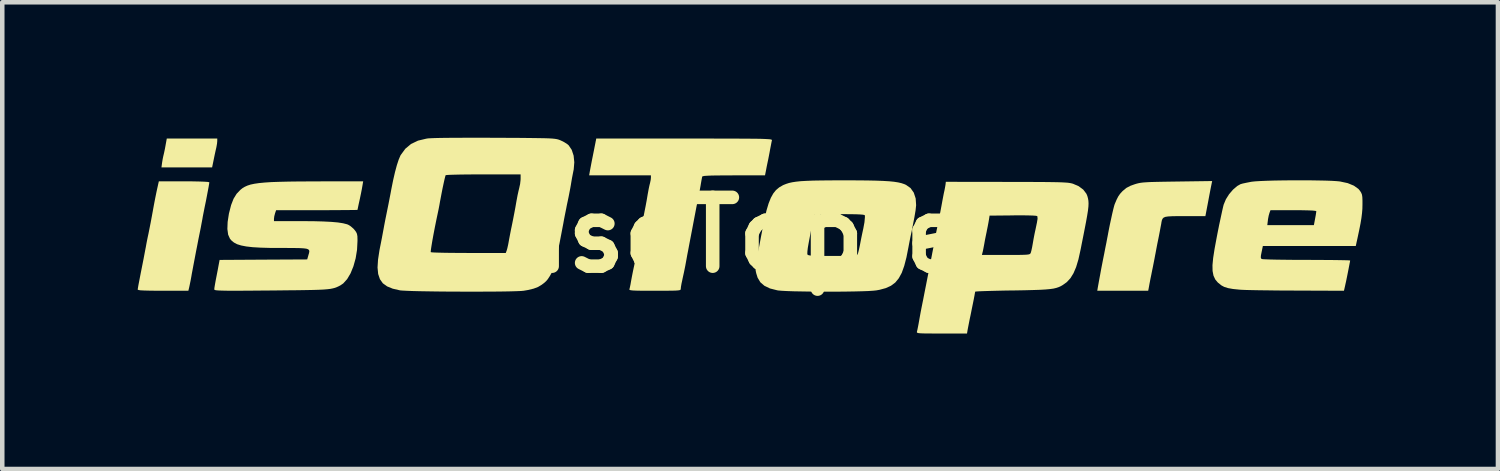
<source format=kicad_pcb>
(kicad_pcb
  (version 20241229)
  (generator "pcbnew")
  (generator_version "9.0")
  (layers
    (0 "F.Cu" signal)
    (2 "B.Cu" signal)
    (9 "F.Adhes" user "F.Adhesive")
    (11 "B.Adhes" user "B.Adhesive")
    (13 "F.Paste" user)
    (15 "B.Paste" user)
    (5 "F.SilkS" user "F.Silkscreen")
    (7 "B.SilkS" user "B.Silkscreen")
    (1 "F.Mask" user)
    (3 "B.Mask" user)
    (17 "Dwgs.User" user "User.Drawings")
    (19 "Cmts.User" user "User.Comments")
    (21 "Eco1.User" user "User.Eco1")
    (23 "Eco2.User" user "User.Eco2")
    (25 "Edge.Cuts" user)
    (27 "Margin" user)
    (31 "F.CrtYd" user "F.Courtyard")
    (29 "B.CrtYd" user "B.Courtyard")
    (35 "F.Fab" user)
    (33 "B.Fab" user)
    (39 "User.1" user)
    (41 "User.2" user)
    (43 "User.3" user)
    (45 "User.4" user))
  (footprint "isoTopre"
    (layer "F.Cu")
    (at 13.57 2.156)
    (property "Reference" "isoTopre" (at 0 0 0) (layer "F.SilkS") (effects (font (size 1.524 1.524) (thickness 0.3))))
    (attr board_only exclude_from_pos_files exclude_from_bom)
    (fp_poly (pts (xy -11.808 -2.082) (xy -11.813 -2.026) (xy -11.826 -1.953) (xy -11.83 -1.933) (xy -11.846 -1.864) (xy -11.866 -1.772) (xy -11.886 -1.674) (xy -11.887 -1.669) (xy -11.922 -1.498) (xy -13.044 -1.498) (xy -13.03 -1.603) (xy -13.017 -1.682) (xy -13.002 -1.754) (xy -12.997 -1.773) (xy -12.984 -1.83) (xy -12.967 -1.911) (xy -12.953 -1.988) (xy -12.926 -2.137) (xy -11.808 -2.137)) (stroke (width 0) (type solid)) (fill yes) (layer "F.SilkS"))
    (fp_poly (pts (xy -12.362 -1.189) (xy -12.212 -1.186) (xy -12.098 -1.182) (xy -12.022 -1.177) (xy -11.986 -1.17) (xy -11.984 -1.168) (xy -11.988 -1.136) (xy -11.999 -1.07) (xy -12.016 -0.979) (xy -12.036 -0.874) (xy -12.057 -0.763) (xy -12.079 -0.657) (xy -12.083 -0.639) (xy -12.104 -0.533) (xy -12.127 -0.417) (xy -12.138 -0.352) (xy -12.156 -0.258) (xy -12.173 -0.165) (xy -12.184 -0.11) (xy -12.201 -0.027) (xy -12.224 0.086) (xy -12.25 0.222) (xy -12.279 0.369) (xy -12.307 0.517) (xy -12.334 0.658) (xy -12.357 0.781) (xy -12.375 0.876) (xy -12.381 0.914) (xy -12.398 1.006) (xy -12.416 1.093) (xy -12.428 1.151) (xy -12.448 1.234) (xy -13.009 1.234) (xy -13.192 1.233) (xy -13.334 1.231) (xy -13.439 1.228) (xy -13.511 1.224) (xy -13.553 1.217) (xy -13.57 1.209) (xy -13.57 1.207) (xy -13.566 1.178) (xy -13.555 1.113) (xy -13.537 1.02) (xy -13.515 0.906) (xy -13.493 0.794) (xy -13.466 0.658) (xy -13.44 0.527) (xy -13.418 0.41) (xy -13.401 0.32) (xy -13.392 0.275) (xy -13.376 0.186) (xy -13.359 0.099) (xy -13.35 0.055) (xy -13.331 -0.033) (xy -13.308 -0.149) (xy -13.282 -0.28) (xy -13.258 -0.409) (xy -13.238 -0.518) (xy -13.213 -0.656) (xy -13.192 -0.766) (xy -13.173 -0.862) (xy -13.153 -0.959) (xy -13.14 -1.019) (xy -13.102 -1.19) (xy -12.543 -1.19)) (stroke (width 0) (type solid)) (fill yes) (layer "F.SilkS"))
    (fp_poly (pts (xy 10.217 -1.143) (xy 10.209 -1.104) (xy 10.194 -1.03) (xy 10.175 -0.931) (xy 10.153 -0.815) (xy 10.142 -0.755) (xy 10.078 -0.419) (xy 9.624 -0.419) (xy 9.464 -0.419) (xy 9.343 -0.417) (xy 9.254 -0.412) (xy 9.193 -0.403) (xy 9.153 -0.386) (xy 9.129 -0.361) (xy 9.114 -0.326) (xy 9.104 -0.278) (xy 9.1 -0.25) (xy 9.087 -0.182) (xy 9.069 -0.086) (xy 9.048 0.023) (xy 9.035 0.088) (xy 9.012 0.2) (xy 8.991 0.31) (xy 8.974 0.402) (xy 8.966 0.441) (xy 8.952 0.517) (xy 8.932 0.619) (xy 8.91 0.73) (xy 8.899 0.782) (xy 8.879 0.883) (xy 8.86 0.975) (xy 8.847 1.044) (xy 8.842 1.068) (xy 8.83 1.135) (xy 8.821 1.184) (xy 8.811 1.234) (xy 7.683 1.234) (xy 7.695 1.162) (xy 7.725 0.996) (xy 7.75 0.862) (xy 7.771 0.747) (xy 7.792 0.639) (xy 7.814 0.527) (xy 7.84 0.398) (xy 7.84 0.397) (xy 7.862 0.283) (xy 7.885 0.17) (xy 7.903 0.073) (xy 7.911 0.033) (xy 7.934 -0.09) (xy 7.96 -0.221) (xy 7.988 -0.35) (xy 8.014 -0.47) (xy 8.038 -0.572) (xy 8.057 -0.646) (xy 8.068 -0.681) (xy 8.111 -0.783) (xy 8.149 -0.857) (xy 8.189 -0.914) (xy 8.24 -0.97) (xy 8.251 -0.98) (xy 8.328 -1.044) (xy 8.418 -1.091) (xy 8.507 -1.123) (xy 8.552 -1.137) (xy 8.596 -1.148) (xy 8.643 -1.157) (xy 8.7 -1.164) (xy 8.77 -1.169) (xy 8.861 -1.174) (xy 8.976 -1.177) (xy 9.121 -1.18) (xy 9.302 -1.183) (xy 9.448 -1.185) (xy 10.228 -1.196)) (stroke (width 0) (type solid)) (fill yes) (layer "F.SilkS"))
    (fp_poly (pts (xy 12.375 -1.212) (xy 12.56 -1.209) (xy 12.728 -1.206) (xy 12.872 -1.201) (xy 12.986 -1.194) (xy 13.057 -1.187) (xy 13.23 -1.15) (xy 13.368 -1.093) (xy 13.469 -1.02) (xy 13.504 -0.977) (xy 13.53 -0.935) (xy 13.546 -0.894) (xy 13.554 -0.841) (xy 13.557 -0.766) (xy 13.557 -0.673) (xy 13.555 -0.579) (xy 13.547 -0.484) (xy 13.534 -0.379) (xy 13.514 -0.257) (xy 13.485 -0.111) (xy 13.447 0.068) (xy 13.434 0.127) (xy 13.409 0.242) (xy 11.351 0.242) (xy 11.323 0.377) (xy 11.308 0.453) (xy 11.305 0.497) (xy 11.315 0.522) (xy 11.325 0.53) (xy 11.353 0.535) (xy 11.42 0.538) (xy 11.523 0.542) (xy 11.655 0.545) (xy 11.812 0.547) (xy 11.991 0.549) (xy 12.185 0.55) (xy 12.32 0.55) (xy 12.521 0.551) (xy 12.708 0.552) (xy 12.877 0.553) (xy 13.022 0.555) (xy 13.139 0.557) (xy 13.225 0.559) (xy 13.274 0.562) (xy 13.284 0.564) (xy 13.28 0.591) (xy 13.268 0.651) (xy 13.252 0.735) (xy 13.233 0.832) (xy 13.213 0.932) (xy 13.194 1.025) (xy 13.177 1.101) (xy 13.171 1.129) (xy 13.147 1.234) (xy 12.097 1.23) (xy 11.878 1.229) (xy 11.665 1.228) (xy 11.464 1.225) (xy 11.281 1.223) (xy 11.12 1.22) (xy 10.989 1.217) (xy 10.891 1.213) (xy 10.839 1.21) (xy 10.691 1.195) (xy 10.579 1.175) (xy 10.494 1.148) (xy 10.434 1.116) (xy 10.355 1.053) (xy 10.296 0.983) (xy 10.257 0.898) (xy 10.237 0.795) (xy 10.235 0.666) (xy 10.25 0.508) (xy 10.28 0.315) (xy 10.286 0.281) (xy 10.304 0.184) (xy 10.323 0.082) (xy 10.331 0.039) (xy 10.35 -0.059) (xy 10.373 -0.174) (xy 10.382 -0.22) (xy 11.449 -0.22) (xy 12.481 -0.22) (xy 12.508 -0.363) (xy 12.522 -0.439) (xy 12.531 -0.499) (xy 12.535 -0.528) (xy 12.513 -0.536) (xy 12.448 -0.543) (xy 12.341 -0.547) (xy 12.193 -0.55) (xy 12.028 -0.551) (xy 11.52 -0.551) (xy 11.497 -0.49) (xy 11.48 -0.43) (xy 11.465 -0.353) (xy 11.462 -0.325) (xy 11.449 -0.22) (xy 10.382 -0.22) (xy 10.399 -0.298) (xy 10.425 -0.42) (xy 10.449 -0.531) (xy 10.469 -0.619) (xy 10.483 -0.675) (xy 10.485 -0.679) (xy 10.532 -0.792) (xy 10.603 -0.905) (xy 10.69 -1.006) (xy 10.783 -1.086) (xy 10.856 -1.127) (xy 10.905 -1.141) (xy 10.984 -1.158) (xy 11.076 -1.176) (xy 11.103 -1.181) (xy 11.179 -1.189) (xy 11.292 -1.196) (xy 11.436 -1.202) (xy 11.603 -1.207) (xy 11.787 -1.21) (xy 11.982 -1.212) (xy 12.18 -1.212)) (stroke (width 0) (type solid)) (fill yes) (layer "F.SilkS"))
    (fp_poly (pts (xy -1.125 -2.137) (xy -0.828 -2.137) (xy -0.571 -2.136) (xy -0.349 -2.136) (xy -0.16 -2.135) (xy -0.002 -2.134) (xy 0.127 -2.133) (xy 0.232 -2.131) (xy 0.314 -2.128) (xy 0.375 -2.125) (xy 0.42 -2.122) (xy 0.45 -2.118) (xy 0.467 -2.113) (xy 0.476 -2.107) (xy 0.478 -2.101) (xy 0.477 -2.098) (xy 0.468 -2.057) (xy 0.455 -1.989) (xy 0.441 -1.917) (xy 0.424 -1.825) (xy 0.407 -1.737) (xy 0.397 -1.685) (xy 0.382 -1.614) (xy 0.363 -1.523) (xy 0.351 -1.459) (xy 0.324 -1.322) (xy -0.367 -1.322) (xy -0.57 -1.321) (xy -0.732 -1.32) (xy -0.858 -1.318) (xy -0.95 -1.314) (xy -1.014 -1.31) (xy -1.051 -1.303) (xy -1.066 -1.296) (xy -1.067 -1.294) (xy -1.074 -1.26) (xy -1.086 -1.196) (xy -1.1 -1.115) (xy -1.1 -1.112) (xy -1.119 -1.006) (xy -1.141 -0.89) (xy -1.156 -0.815) (xy -1.173 -0.733) (xy -1.195 -0.623) (xy -1.218 -0.502) (xy -1.234 -0.419) (xy -1.259 -0.288) (xy -1.288 -0.135) (xy -1.317 0.016) (xy -1.335 0.11) (xy -1.358 0.23) (xy -1.38 0.348) (xy -1.4 0.45) (xy -1.412 0.518) (xy -1.442 0.682) (xy -1.471 0.825) (xy -1.503 0.97) (xy -1.508 0.996) (xy -1.526 1.078) (xy -1.538 1.148) (xy -1.542 1.189) (xy -1.543 1.202) (xy -1.55 1.213) (xy -1.568 1.221) (xy -1.602 1.226) (xy -1.656 1.23) (xy -1.736 1.232) (xy -1.847 1.233) (xy -1.993 1.234) (xy -2.117 1.234) (xy -2.292 1.233) (xy -2.428 1.233) (xy -2.529 1.231) (xy -2.6 1.228) (xy -2.645 1.223) (xy -2.671 1.217) (xy -2.68 1.208) (xy -2.679 1.199) (xy -2.669 1.16) (xy -2.655 1.093) (xy -2.644 1.029) (xy -2.626 0.931) (xy -2.604 0.819) (xy -2.587 0.738) (xy -2.566 0.639) (xy -2.546 0.537) (xy -2.532 0.468) (xy -2.515 0.374) (xy -2.496 0.271) (xy -2.489 0.231) (xy -2.472 0.135) (xy -2.453 0.032) (xy -2.446 -0.006) (xy -2.433 -0.079) (xy -2.413 -0.179) (xy -2.391 -0.289) (xy -2.38 -0.341) (xy -2.348 -0.502) (xy -2.321 -0.638) (xy -2.297 -0.767) (xy -2.273 -0.91) (xy -2.268 -0.936) (xy -2.252 -1.024) (xy -2.235 -1.103) (xy -2.222 -1.154) (xy -2.208 -1.22) (xy -2.203 -1.27) (xy -2.203 -1.322) (xy -3.571 -1.322) (xy -3.557 -1.404) (xy -3.547 -1.458) (xy -3.531 -1.543) (xy -3.511 -1.648) (xy -3.488 -1.761) (xy -3.488 -1.762) (xy -3.466 -1.871) (xy -3.447 -1.969) (xy -3.432 -2.043) (xy -3.424 -2.086) (xy -3.423 -2.087) (xy -3.414 -2.137) (xy -1.463 -2.137)) (stroke (width 0) (type solid)) (fill yes) (layer "F.SilkS"))
    (fp_poly (pts (xy -8.594 -1.085) (xy -8.606 -1.016) (xy -8.625 -0.92) (xy -8.647 -0.814) (xy -8.656 -0.773) (xy -8.676 -0.683) (xy -8.691 -0.611) (xy -8.7 -0.567) (xy -8.702 -0.558) (xy -8.723 -0.556) (xy -8.784 -0.555) (xy -8.879 -0.554) (xy -9.005 -0.553) (xy -9.156 -0.552) (xy -9.329 -0.551) (xy -9.517 -0.551) (xy -9.603 -0.551) (xy -10.504 -0.551) (xy -10.528 -0.481) (xy -10.545 -0.416) (xy -10.552 -0.36) (xy -10.552 -0.308) (xy -9.95 -0.308) (xy -9.688 -0.307) (xy -9.468 -0.301) (xy -9.285 -0.292) (xy -9.137 -0.279) (xy -9.022 -0.261) (xy -8.935 -0.239) (xy -8.909 -0.229) (xy -8.851 -0.193) (xy -8.789 -0.139) (xy -8.77 -0.117) (xy -8.734 -0.07) (xy -8.714 -0.027) (xy -8.704 0.027) (xy -8.702 0.106) (xy -8.702 0.13) (xy -8.712 0.327) (xy -8.743 0.516) (xy -8.792 0.692) (xy -8.855 0.847) (xy -8.931 0.976) (xy -9.018 1.072) (xy -9.081 1.115) (xy -9.122 1.136) (xy -9.161 1.154) (xy -9.201 1.169) (xy -9.247 1.181) (xy -9.301 1.192) (xy -9.368 1.2) (xy -9.452 1.207) (xy -9.556 1.212) (xy -9.684 1.216) (xy -9.839 1.219) (xy -10.027 1.222) (xy -10.249 1.224) (xy -10.51 1.227) (xy -10.613 1.228) (xy -10.881 1.23) (xy -11.108 1.232) (xy -11.299 1.233) (xy -11.455 1.233) (xy -11.58 1.233) (xy -11.678 1.231) (xy -11.751 1.229) (xy -11.804 1.226) (xy -11.84 1.222) (xy -11.861 1.217) (xy -11.871 1.21) (xy -11.874 1.202) (xy -11.874 1.202) (xy -11.87 1.163) (xy -11.859 1.096) (xy -11.844 1.013) (xy -11.843 1.007) (xy -11.822 0.899) (xy -11.799 0.781) (xy -11.784 0.7) (xy -11.756 0.551) (xy -10.786 0.545) (xy -9.816 0.54) (xy -9.788 0.442) (xy -9.775 0.398) (xy -9.769 0.362) (xy -9.774 0.336) (xy -9.794 0.316) (xy -9.834 0.302) (xy -9.898 0.294) (xy -9.991 0.289) (xy -10.116 0.287) (xy -10.278 0.286) (xy -10.391 0.286) (xy -10.64 0.285) (xy -10.849 0.279) (xy -11.023 0.269) (xy -11.164 0.253) (xy -11.278 0.231) (xy -11.368 0.203) (xy -11.438 0.166) (xy -11.492 0.122) (xy -11.527 0.081) (xy -11.567 -0.009) (xy -11.584 -0.134) (xy -11.578 -0.29) (xy -11.55 -0.473) (xy -11.546 -0.489) (xy -11.501 -0.665) (xy -11.447 -0.804) (xy -11.379 -0.914) (xy -11.297 -1) (xy -11.251 -1.037) (xy -11.2 -1.068) (xy -11.141 -1.095) (xy -11.07 -1.118) (xy -10.985 -1.136) (xy -10.882 -1.151) (xy -10.757 -1.163) (xy -10.607 -1.173) (xy -10.428 -1.179) (xy -10.218 -1.184) (xy -9.973 -1.187) (xy -9.689 -1.188) (xy -9.504 -1.189) (xy -8.576 -1.19)) (stroke (width 0) (type solid)) (fill yes) (layer "F.SilkS"))
    (fp_poly (pts (xy 2.357 -1.211) (xy 2.586 -1.209) (xy 2.779 -1.205) (xy 2.94 -1.199) (xy 3.074 -1.191) (xy 3.183 -1.18) (xy 3.273 -1.166) (xy 3.346 -1.149) (xy 3.409 -1.128) (xy 3.447 -1.111) (xy 3.547 -1.041) (xy 3.619 -0.939) (xy 3.661 -0.811) (xy 3.671 -0.661) (xy 3.659 -0.547) (xy 3.634 -0.401) (xy 3.603 -0.24) (xy 3.572 -0.083) (xy 3.547 0.033) (xy 3.533 0.103) (xy 3.515 0.194) (xy 3.502 0.264) (xy 3.457 0.493) (xy 3.408 0.682) (xy 3.353 0.836) (xy 3.287 0.957) (xy 3.209 1.052) (xy 3.114 1.123) (xy 3 1.175) (xy 2.864 1.212) (xy 2.788 1.226) (xy 2.718 1.233) (xy 2.611 1.24) (xy 2.472 1.245) (xy 2.309 1.249) (xy 2.126 1.252) (xy 1.931 1.254) (xy 1.728 1.254) (xy 1.525 1.254) (xy 1.326 1.252) (xy 1.139 1.249) (xy 0.968 1.246) (xy 0.821 1.241) (xy 0.703 1.235) (xy 0.62 1.228) (xy 0.595 1.224) (xy 0.434 1.183) (xy 0.311 1.124) (xy 0.221 1.046) (xy 0.16 0.944) (xy 0.131 0.851) (xy 0.124 0.821) (xy 0.119 0.796) (xy 0.115 0.77) (xy 0.115 0.74) (xy 0.117 0.7) (xy 0.124 0.647) (xy 0.135 0.576) (xy 0.152 0.482) (xy 0.164 0.415) (xy 1.261 0.415) (xy 1.263 0.428) (xy 1.272 0.439) (xy 1.292 0.447) (xy 1.33 0.454) (xy 1.389 0.458) (xy 1.475 0.461) (xy 1.593 0.462) (xy 1.749 0.463) (xy 1.816 0.463) (xy 1.985 0.462) (xy 2.115 0.461) (xy 2.212 0.459) (xy 2.28 0.456) (xy 2.326 0.451) (xy 2.354 0.443) (xy 2.369 0.433) (xy 2.376 0.424) (xy 2.389 0.386) (xy 2.406 0.317) (xy 2.425 0.228) (xy 2.433 0.187) (xy 2.454 0.078) (xy 2.477 -0.033) (xy 2.497 -0.126) (xy 2.501 -0.143) (xy 2.527 -0.285) (xy 2.537 -0.399) (xy 2.536 -0.435) (xy 2.525 -0.444) (xy 2.492 -0.451) (xy 2.432 -0.456) (xy 2.342 -0.46) (xy 2.217 -0.462) (xy 2.054 -0.463) (xy 1.982 -0.463) (xy 1.431 -0.463) (xy 1.412 -0.413) (xy 1.402 -0.382) (xy 1.39 -0.331) (xy 1.374 -0.256) (xy 1.353 -0.153) (xy 1.327 -0.016) (xy 1.294 0.158) (xy 1.288 0.191) (xy 1.272 0.284) (xy 1.263 0.362) (xy 1.261 0.415) (xy 0.164 0.415) (xy 0.174 0.362) (xy 0.203 0.21) (xy 0.238 0.022) (xy 0.268 -0.132) (xy 0.314 -0.36) (xy 0.358 -0.548) (xy 0.404 -0.701) (xy 0.453 -0.824) (xy 0.507 -0.921) (xy 0.568 -0.997) (xy 0.64 -1.057) (xy 0.722 -1.104) (xy 0.735 -1.11) (xy 0.793 -1.133) (xy 0.855 -1.153) (xy 0.927 -1.169) (xy 1.012 -1.182) (xy 1.115 -1.193) (xy 1.24 -1.2) (xy 1.392 -1.206) (xy 1.574 -1.209) (xy 1.791 -1.211) (xy 2.047 -1.212) (xy 2.088 -1.212)) (stroke (width 0) (type solid)) (fill yes) (layer "F.SilkS"))
    (fp_poly (pts (xy 5.673 -1.177) (xy 5.952 -1.177) (xy 6.191 -1.176) (xy 6.393 -1.175) (xy 6.562 -1.174) (xy 6.701 -1.172) (xy 6.813 -1.17) (xy 6.903 -1.167) (xy 6.974 -1.163) (xy 7.03 -1.159) (xy 7.073 -1.153) (xy 7.109 -1.146) (xy 7.139 -1.138) (xy 7.146 -1.136) (xy 7.271 -1.082) (xy 7.373 -1.006) (xy 7.443 -0.914) (xy 7.464 -0.863) (xy 7.478 -0.811) (xy 7.487 -0.758) (xy 7.49 -0.699) (xy 7.487 -0.629) (xy 7.477 -0.541) (xy 7.459 -0.429) (xy 7.434 -0.289) (xy 7.4 -0.114) (xy 7.382 -0.022) (xy 7.36 0.089) (xy 7.338 0.199) (xy 7.32 0.292) (xy 7.312 0.33) (xy 7.266 0.539) (xy 7.215 0.709) (xy 7.157 0.845) (xy 7.09 0.954) (xy 7.011 1.04) (xy 6.922 1.105) (xy 6.876 1.132) (xy 6.829 1.153) (xy 6.776 1.171) (xy 6.712 1.186) (xy 6.633 1.197) (xy 6.534 1.206) (xy 6.41 1.213) (xy 6.257 1.218) (xy 6.07 1.223) (xy 5.844 1.227) (xy 5.799 1.227) (xy 5.614 1.23) (xy 5.443 1.234) (xy 5.292 1.238) (xy 5.165 1.242) (xy 5.068 1.246) (xy 5.004 1.25) (xy 4.979 1.254) (xy 4.979 1.254) (xy 4.974 1.281) (xy 4.963 1.343) (xy 4.946 1.432) (xy 4.924 1.54) (xy 4.9 1.658) (xy 4.876 1.778) (xy 4.858 1.861) (xy 4.84 1.953) (xy 4.823 2.04) (xy 4.812 2.098) (xy 4.798 2.181) (xy 4.237 2.181) (xy 4.065 2.181) (xy 3.933 2.18) (xy 3.835 2.179) (xy 3.767 2.176) (xy 3.723 2.172) (xy 3.698 2.165) (xy 3.688 2.156) (xy 3.688 2.145) (xy 3.689 2.139) (xy 3.7 2.095) (xy 3.714 2.025) (xy 3.725 1.968) (xy 3.741 1.877) (xy 3.757 1.788) (xy 3.775 1.69) (xy 3.798 1.573) (xy 3.828 1.425) (xy 3.833 1.399) (xy 3.862 1.25) (xy 3.895 1.084) (xy 3.929 0.91) (xy 3.964 0.734) (xy 3.997 0.562) (xy 4.021 0.441) (xy 5.128 0.441) (xy 5.66 0.441) (xy 5.826 0.441) (xy 5.954 0.44) (xy 6.048 0.438) (xy 6.114 0.435) (xy 6.158 0.43) (xy 6.184 0.423) (xy 6.199 0.413) (xy 6.207 0.399) (xy 6.211 0.391) (xy 6.224 0.344) (xy 6.24 0.271) (xy 6.255 0.187) (xy 6.271 0.094) (xy 6.288 0.004) (xy 6.3 -0.055) (xy 6.316 -0.128) (xy 6.335 -0.219) (xy 6.346 -0.271) (xy 6.361 -0.36) (xy 6.357 -0.411) (xy 6.352 -0.42) (xy 6.323 -0.427) (xy 6.253 -0.432) (xy 6.147 -0.435) (xy 6.007 -0.437) (xy 5.838 -0.436) (xy 5.814 -0.435) (xy 5.298 -0.43) (xy 5.284 -0.341) (xy 5.273 -0.277) (xy 5.256 -0.187) (xy 5.236 -0.09) (xy 5.234 -0.077) (xy 5.213 0.024) (xy 5.193 0.124) (xy 5.179 0.204) (xy 5.178 0.209) (xy 5.163 0.288) (xy 5.149 0.358) (xy 5.143 0.38) (xy 5.128 0.441) (xy 4.021 0.441) (xy 4.028 0.402) (xy 4.056 0.261) (xy 4.078 0.145) (xy 4.094 0.062) (xy 4.099 0.033) (xy 4.115 -0.057) (xy 4.133 -0.144) (xy 4.142 -0.187) (xy 4.161 -0.277) (xy 4.184 -0.395) (xy 4.21 -0.527) (xy 4.234 -0.656) (xy 4.253 -0.76) (xy 4.27 -0.85) (xy 4.287 -0.937) (xy 4.297 -0.98) (xy 4.311 -1.052) (xy 4.322 -1.115) (xy 4.323 -1.124) (xy 4.329 -1.179)) (stroke (width 0) (type solid)) (fill yes) (layer "F.SilkS"))
    (fp_poly (pts (xy -5.832 -2.155) (xy -5.648 -2.154) (xy -5.374 -2.153) (xy -5.14 -2.152) (xy -4.944 -2.15) (xy -4.78 -2.148) (xy -4.647 -2.146) (xy -4.539 -2.144) (xy -4.454 -2.141) (xy -4.388 -2.137) (xy -4.337 -2.132) (xy -4.297 -2.126) (xy -4.266 -2.119) (xy -4.239 -2.111) (xy -4.214 -2.101) (xy -4.206 -2.098) (xy -4.128 -2.06) (xy -4.057 -2.015) (xy -4.025 -1.988) (xy -3.957 -1.887) (xy -3.915 -1.759) (xy -3.9 -1.611) (xy -3.913 -1.454) (xy -3.919 -1.425) (xy -3.933 -1.354) (xy -3.951 -1.261) (xy -3.965 -1.179) (xy -3.978 -1.1) (xy -3.991 -1.027) (xy -4.006 -0.95) (xy -4.024 -0.857) (xy -4.049 -0.737) (xy -4.063 -0.672) (xy -4.08 -0.584) (xy -4.103 -0.47) (xy -4.127 -0.347) (xy -4.142 -0.264) (xy -4.188 -0.023) (xy -4.227 0.18) (xy -4.262 0.348) (xy -4.292 0.486) (xy -4.319 0.598) (xy -4.345 0.688) (xy -4.37 0.762) (xy -4.395 0.823) (xy -4.423 0.875) (xy -4.443 0.91) (xy -4.486 0.976) (xy -4.523 1.02) (xy -4.567 1.06) (xy -4.626 1.104) (xy -4.705 1.151) (xy -4.801 1.187) (xy -4.924 1.217) (xy -5.023 1.234) (xy -5.081 1.239) (xy -5.178 1.243) (xy -5.308 1.247) (xy -5.467 1.25) (xy -5.649 1.252) (xy -5.848 1.253) (xy -6.061 1.254) (xy -6.281 1.254) (xy -6.504 1.253) (xy -6.724 1.252) (xy -6.937 1.25) (xy -7.136 1.247) (xy -7.318 1.244) (xy -7.477 1.24) (xy -7.607 1.235) (xy -7.704 1.23) (xy -7.763 1.225) (xy -7.765 1.224) (xy -7.921 1.188) (xy -8.046 1.137) (xy -8.14 1.069) (xy -8.205 0.978) (xy -8.244 0.863) (xy -8.258 0.72) (xy -8.247 0.545) (xy -8.22 0.368) (xy -7.08 0.368) (xy -7.079 0.379) (xy -7.056 0.383) (xy -6.993 0.387) (xy -6.896 0.39) (xy -6.769 0.393) (xy -6.619 0.395) (xy -6.448 0.396) (xy -6.263 0.397) (xy -6.244 0.397) (xy -5.418 0.397) (xy -5.397 0.341) (xy -5.382 0.288) (xy -5.365 0.212) (xy -5.355 0.159) (xy -5.341 0.081) (xy -5.321 -0.024) (xy -5.299 -0.136) (xy -5.288 -0.187) (xy -5.256 -0.345) (xy -5.23 -0.48) (xy -5.205 -0.613) (xy -5.179 -0.763) (xy -5.175 -0.782) (xy -5.157 -0.88) (xy -5.135 -0.979) (xy -5.119 -1.045) (xy -5.1 -1.132) (xy -5.09 -1.221) (xy -5.089 -1.249) (xy -5.089 -1.344) (xy -5.914 -1.344) (xy -6.1 -1.343) (xy -6.272 -1.342) (xy -6.425 -1.34) (xy -6.554 -1.337) (xy -6.655 -1.334) (xy -6.721 -1.33) (xy -6.749 -1.326) (xy -6.75 -1.325) (xy -6.759 -1.296) (xy -6.775 -1.232) (xy -6.795 -1.141) (xy -6.818 -1.034) (xy -6.841 -0.917) (xy -6.863 -0.8) (xy -6.873 -0.749) (xy -6.889 -0.658) (xy -6.906 -0.569) (xy -6.917 -0.518) (xy -6.954 -0.342) (xy -6.988 -0.174) (xy -7.018 -0.018) (xy -7.043 0.119) (xy -7.062 0.233) (xy -7.075 0.318) (xy -7.08 0.368) (xy -8.22 0.368) (xy -8.215 0.335) (xy -8.206 0.289) (xy -8.182 0.169) (xy -8.159 0.051) (xy -8.14 -0.052) (xy -8.127 -0.121) (xy -8.107 -0.23) (xy -8.086 -0.339) (xy -8.061 -0.462) (xy -8.032 -0.606) (xy -8.014 -0.694) (xy -7.992 -0.808) (xy -7.968 -0.931) (xy -7.953 -1.013) (xy -7.913 -1.212) (xy -7.872 -1.391) (xy -7.83 -1.547) (xy -7.789 -1.672) (xy -7.751 -1.761) (xy -7.744 -1.773) (xy -7.642 -1.912) (xy -7.516 -2.017) (xy -7.362 -2.091) (xy -7.177 -2.135) (xy -7.138 -2.141) (xy -7.084 -2.144) (xy -6.99 -2.148) (xy -6.86 -2.151) (xy -6.7 -2.153) (xy -6.512 -2.154) (xy -6.302 -2.155) (xy -6.074 -2.156)) (stroke (width 0) (type solid)) (fill yes) (layer "F.SilkS")))
  (gr_rect
    (start -3 -3)
    (end 30.128 7.337)
    (stroke (width 0.1) (type default))
    (fill no)
    (layer "Edge.Cuts")))
</source>
